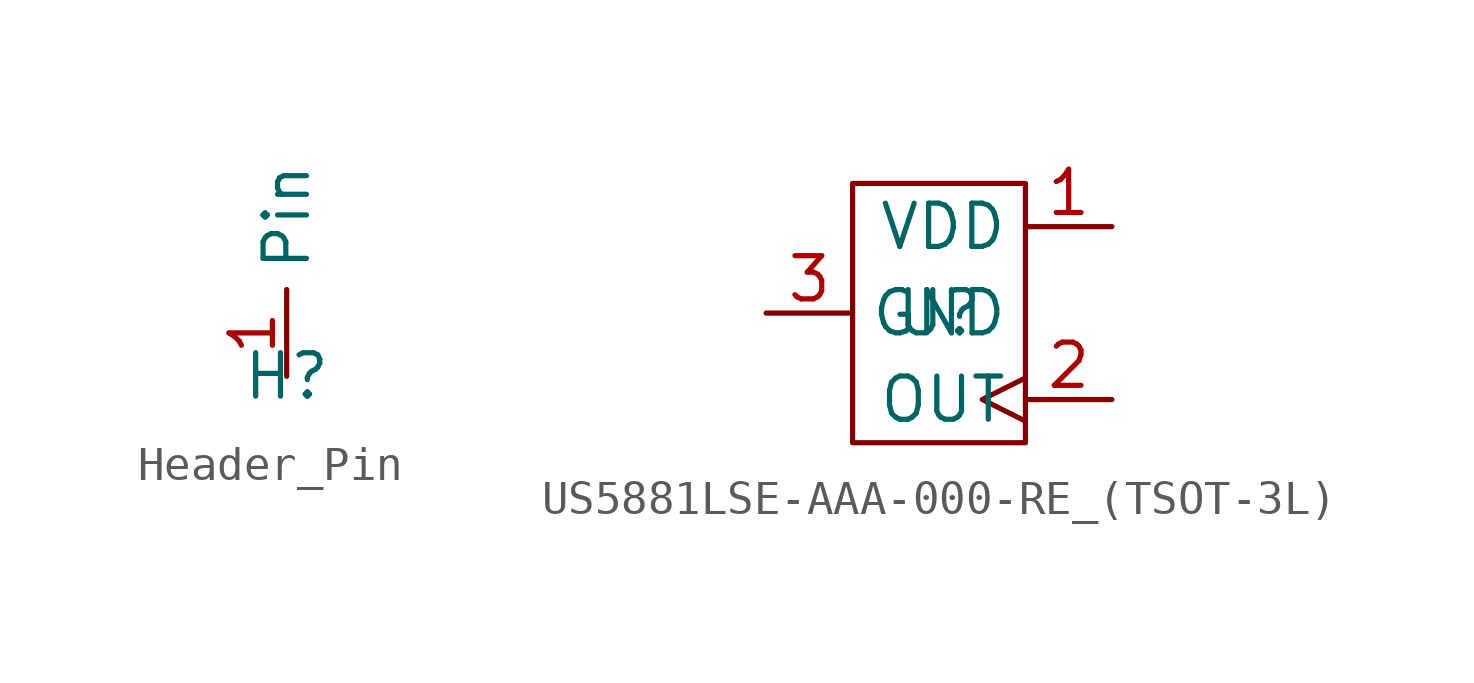
<source format=kicad_sym>
(kicad_symbol_lib
  (version 20231120)
  (generator "kicad_symbol_editor")
  (generator_version "8.0")
  (symbol "Header_Pin"
    (property "Reference" "H"
      (at 0 0 0)
      (effects (font (size 1.27 1.27))))
    (property "Value" ""
      (at 0 0 0)
      (effects (font (size 1.27 1.27))))
    (symbol "Header_Pin_1_1"
      (pin bidirectional line (at 0 0 90) (length 2.54) (name "Pin" (effects (font (size 1.27 1.27)))) (number "1" (effects (font (size 1.27 1.27)))))))
  (symbol "US5881LSE-AAA-000-RE_(TSOT-3L)"
    (property "Reference" "U"
      (at 0 0 0)
      (effects (font (size 1.27 1.27))))
    (property "Value" ""
      (at 0 0 0)
      (effects (font (size 1.27 1.27))))
    (symbol "US5881LSE-AAA-000-RE_(TSOT-3L)_0_1"
      (rectangle (start -2.54 3.81) (end 2.54 -3.81) (stroke (width 0) (type default)) (fill (type none))))
    (symbol "US5881LSE-AAA-000-RE_(TSOT-3L)_1_1"
      (pin power_in line (at 5.08 2.54 180) (length 2.54) (name "VDD" (effects (font (size 1.27 1.27)))) (number "1" (effects (font (size 1.27 1.27)))))
      (pin output clock (at 5.08 -2.54 180) (length 2.54) (name "OUT" (effects (font (size 1.27 1.27)))) (number "2" (effects (font (size 1.27 1.27)))))
      (pin passive line (at -5.08 0 0) (length 2.54) (name "GND" (effects (font (size 1.27 1.27)))) (number "3" (effects (font (size 1.27 1.27))))))))
</source>
